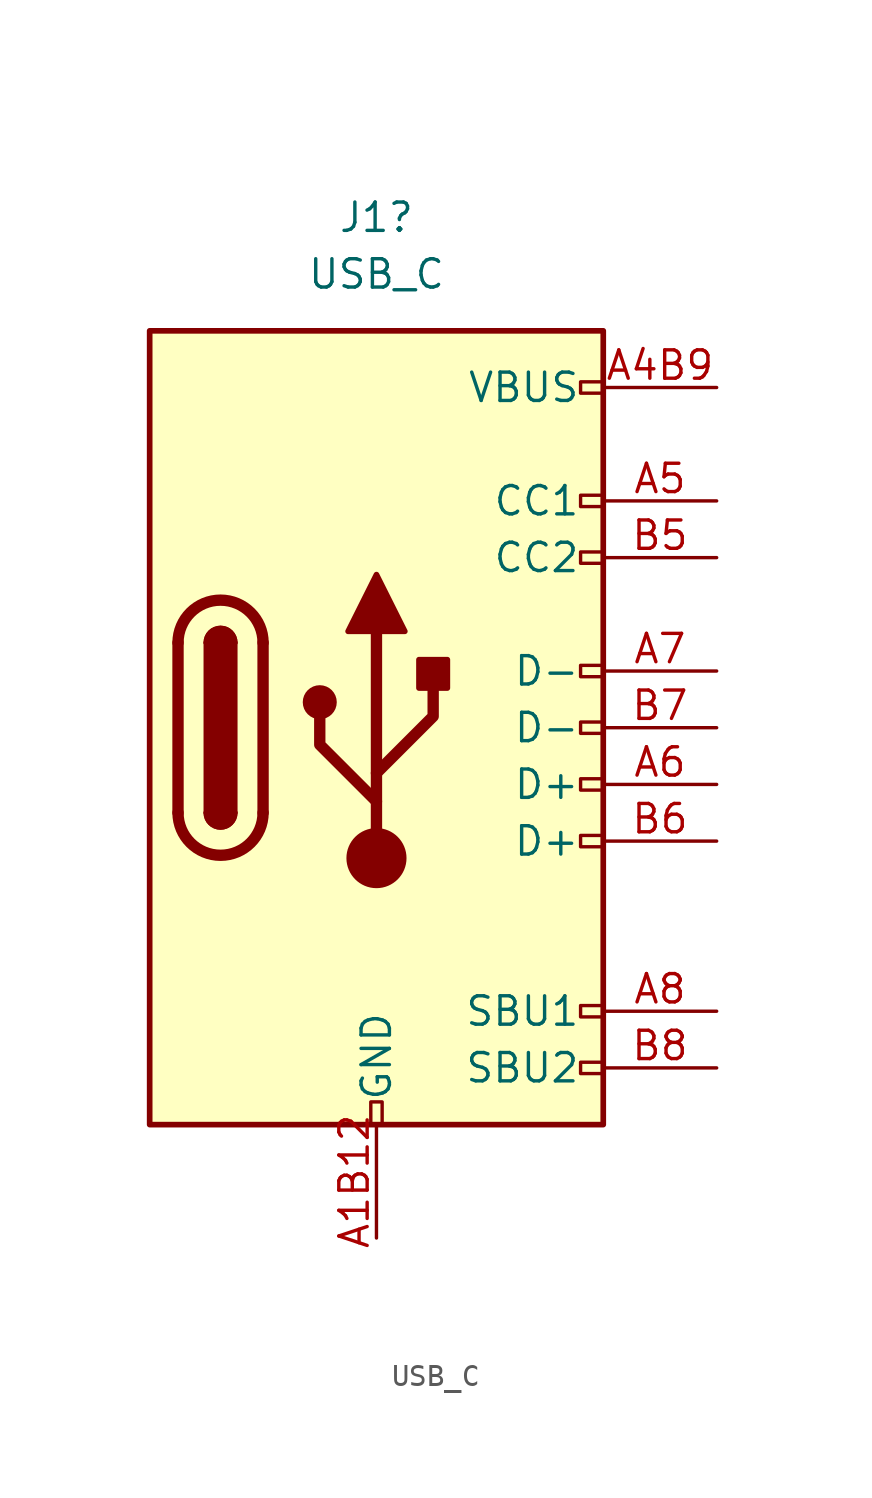
<source format=kicad_sym>
(kicad_symbol_lib
  (version 20241209)
  (generator "kicad_symbol_editor")
  (generator_version "9.0")
  (symbol "USB_C"
    (pin_names
      (offset 1.016))
    (property "Reference" "J1"
      (at 0 22.86 0)
      (effects (font (size 1.27 1.27))))
    (property "Value" "USB_C"
      (at 0 20.32 0)
      (effects (font (size 1.27 1.27))))
    (symbol "USB_C_0_0"
      (rectangle (start -0.254 -17.78) (end 0.254 -16.764) (stroke (width 0) (type default)) (fill (type none)))
      (rectangle (start 10.16 15.494) (end 9.144 14.986) (stroke (width 0) (type default)) (fill (type none)))
      (rectangle (start 10.16 10.414) (end 9.144 9.906) (stroke (width 0) (type default)) (fill (type none)))
      (rectangle (start 10.16 7.874) (end 9.144 7.366) (stroke (width 0) (type default)) (fill (type none)))
      (rectangle (start 10.16 2.794) (end 9.144 2.286) (stroke (width 0) (type default)) (fill (type none)))
      (rectangle (start 10.16 0.254) (end 9.144 -0.254) (stroke (width 0) (type default)) (fill (type none)))
      (rectangle (start 10.16 -2.286) (end 9.144 -2.794) (stroke (width 0) (type default)) (fill (type none)))
      (rectangle (start 10.16 -4.826) (end 9.144 -5.334) (stroke (width 0) (type default)) (fill (type none)))
      (rectangle (start 10.16 -12.446) (end 9.144 -12.954) (stroke (width 0) (type default)) (fill (type none)))
      (rectangle (start 10.16 -14.986) (end 9.144 -15.494) (stroke (width 0) (type default)) (fill (type none))))
    (symbol "USB_C_0_1"
      (rectangle (start -10.16 17.78) (end 10.16 -17.78) (stroke (width 0.254) (type default)) (fill (type background)))
      (polyline (pts (xy -8.89 -3.81) (xy -8.89 3.81)) (stroke (width 0.508) (type default)) (fill (type none)))
      (rectangle (start -7.62 -3.81) (end -6.35 3.81) (stroke (width 0.254) (type default)) (fill (type outline)))
      (arc (start -7.62 3.81) (mid -6.985 4.4423) (end -6.35 3.81) (stroke (width 0.254) (type default)) (fill (type none)))
      (arc (start -7.62 3.81) (mid -6.985 4.4423) (end -6.35 3.81) (stroke (width 0.254) (type default)) (fill (type outline)))
      (arc (start -8.89 3.81) (mid -6.985 5.7067) (end -5.08 3.81) (stroke (width 0.508) (type default)) (fill (type none)))
      (arc (start -5.08 -3.81) (mid -6.985 -5.7067) (end -8.89 -3.81) (stroke (width 0.508) (type default)) (fill (type none)))
      (arc (start -6.35 -3.81) (mid -6.985 -4.4423) (end -7.62 -3.81) (stroke (width 0.254) (type default)) (fill (type none)))
      (arc (start -6.35 -3.81) (mid -6.985 -4.4423) (end -7.62 -3.81) (stroke (width 0.254) (type default)) (fill (type outline)))
      (polyline (pts (xy -5.08 3.81) (xy -5.08 -3.81)) (stroke (width 0.508) (type default)) (fill (type none)))
      (circle (center -2.54 1.143) (radius 0.635) (stroke (width 0.254) (type default)) (fill (type outline)))
      (polyline (pts (xy -1.27 4.318) (xy 0 6.858) (xy 1.27 4.318) (xy -1.27 4.318)) (stroke (width 0.254) (type default)) (fill (type outline)))
      (polyline (pts (xy 0 -2.032) (xy 2.54 0.508) (xy 2.54 1.778)) (stroke (width 0.508) (type default)) (fill (type none)))
      (polyline (pts (xy 0 -3.302) (xy -2.54 -0.762) (xy -2.54 0.508)) (stroke (width 0.508) (type default)) (fill (type none)))
      (polyline (pts (xy 0 -5.842) (xy 0 4.318)) (stroke (width 0.508) (type default)) (fill (type none)))
      (circle (center 0 -5.842) (radius 1.27) (stroke (width 0) (type default)) (fill (type outline)))
      (rectangle (start 1.905 1.778) (end 3.175 3.048) (stroke (width 0.254) (type default)) (fill (type outline))))
    (symbol "USB_C_1_1"
      (pin passive line (at 0 -22.86 90) (length 5.08) (name "GND" (effects (font (size 1.27 1.27)))) (number "A1B12" (effects (font (size 1.27 1.27)))))
      (pin passive line (at 0 -22.86 90) (length 5.08) (hide yes) (name "GND" (effects (font (size 1.27 1.27)))) (number "B1A12" (effects (font (size 1.27 1.27)))))
      (pin passive line (at 15.24 15.24 180) (length 5.08) (name "VBUS" (effects (font (size 1.27 1.27)))) (number "A4B9" (effects (font (size 1.27 1.27)))))
      (pin passive line (at 15.24 15.24 180) (length 5.08) (hide yes) (name "VBUS" (effects (font (size 1.27 1.27)))) (number "B4A9" (effects (font (size 1.27 1.27)))))
      (pin bidirectional line (at 15.24 10.16 180) (length 5.08) (name "CC1" (effects (font (size 1.27 1.27)))) (number "A5" (effects (font (size 1.27 1.27)))))
      (pin bidirectional line (at 15.24 7.62 180) (length 5.08) (name "CC2" (effects (font (size 1.27 1.27)))) (number "B5" (effects (font (size 1.27 1.27)))))
      (pin bidirectional line (at 15.24 2.54 180) (length 5.08) (name "D-" (effects (font (size 1.27 1.27)))) (number "A7" (effects (font (size 1.27 1.27)))))
      (pin bidirectional line (at 15.24 0 180) (length 5.08) (name "D-" (effects (font (size 1.27 1.27)))) (number "B7" (effects (font (size 1.27 1.27)))))
      (pin bidirectional line (at 15.24 -2.54 180) (length 5.08) (name "D+" (effects (font (size 1.27 1.27)))) (number "A6" (effects (font (size 1.27 1.27)))))
      (pin bidirectional line (at 15.24 -5.08 180) (length 5.08) (name "D+" (effects (font (size 1.27 1.27)))) (number "B6" (effects (font (size 1.27 1.27)))))
      (pin bidirectional line (at 15.24 -12.7 180) (length 5.08) (name "SBU1" (effects (font (size 1.27 1.27)))) (number "A8" (effects (font (size 1.27 1.27)))))
      (pin bidirectional line (at 15.24 -15.24 180) (length 5.08) (name "SBU2" (effects (font (size 1.27 1.27)))) (number "B8" (effects (font (size 1.27 1.27))))))))
</source>
